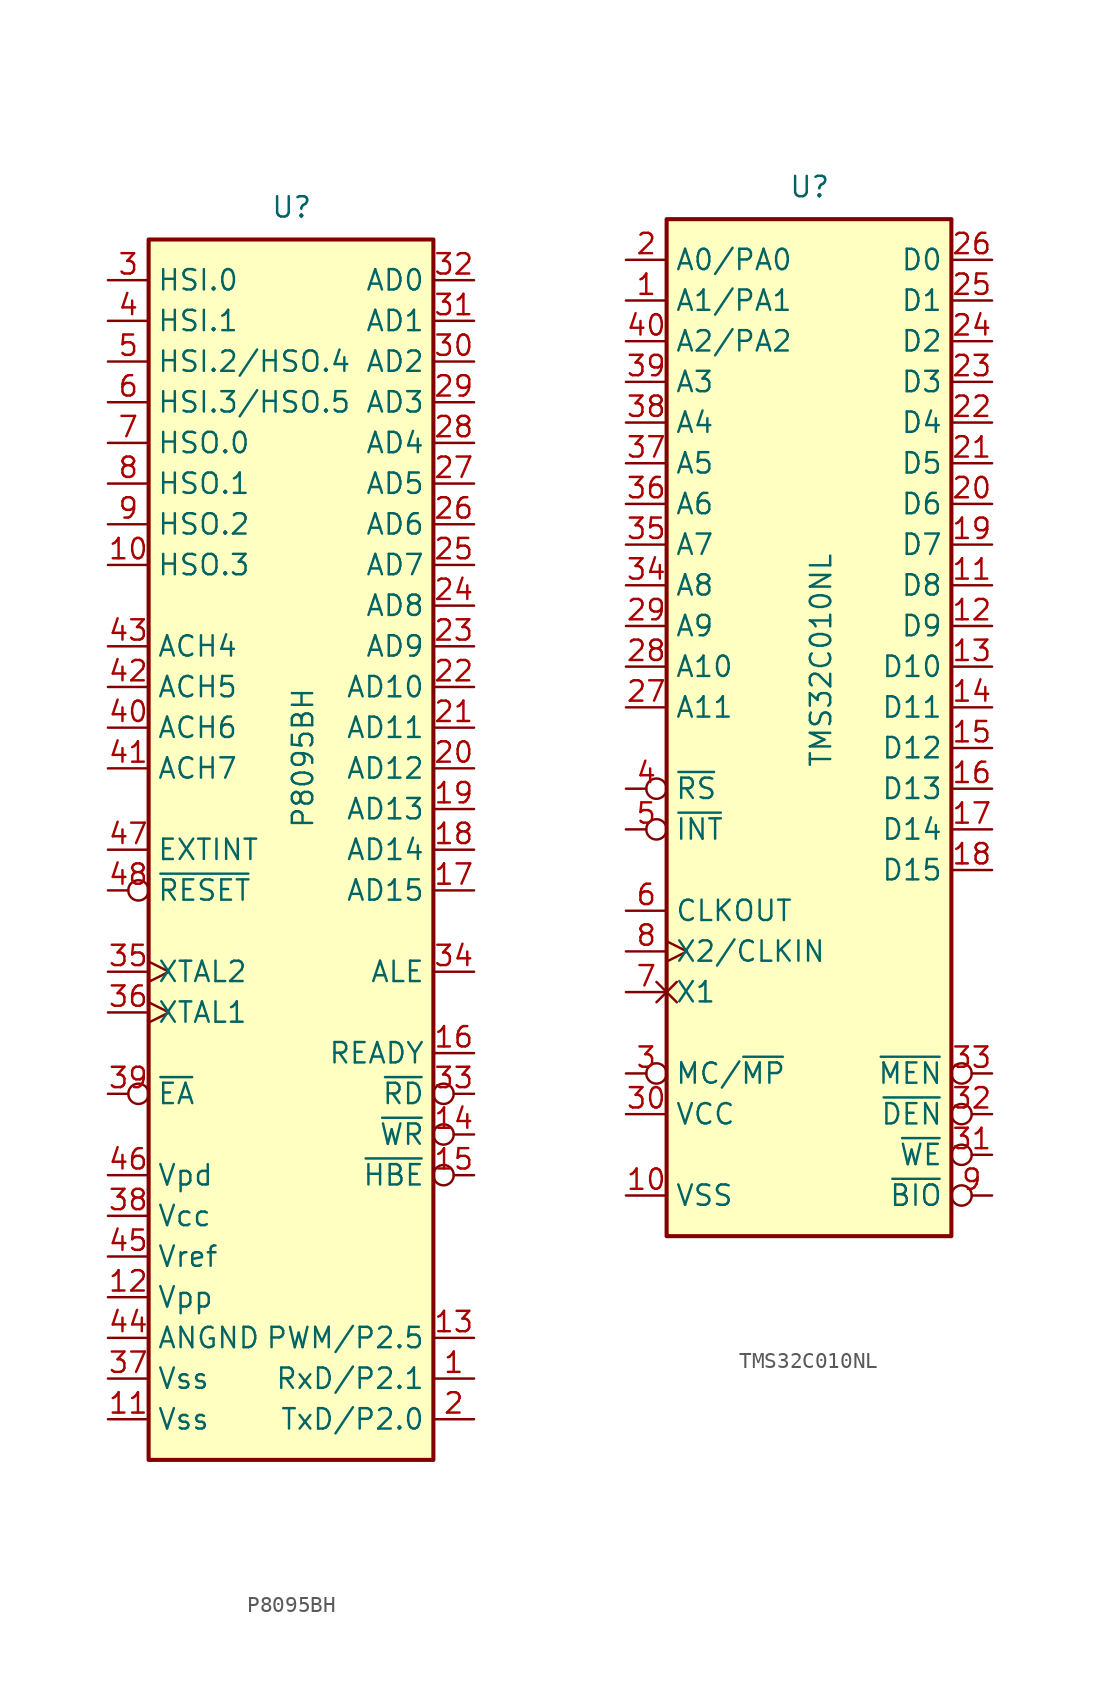
<source format=kicad_sym>
(kicad_symbol_lib
  (version 20231120)
  (generator "kicad_symbol_editor")
  (generator_version "8.0")
  (symbol "P8095BH"
    (property "Reference" "U"
      (at -1.27 39.37 0)
      (effects (font (size 1.27 1.27)) (justify left bottom)))
    (property "Value" "P8095BH"
      (at 0 1.27 90)
      (effects (font (size 1.27 1.27)) (justify left top)))
    (symbol "P8095BH_0_0"
      (pin input line (at -11.43 35.56 0) (length 2.54) (name "HSI.0" (effects (font (size 1.27 1.27)))) (number "3" (effects (font (size 1.27 1.27)))))
      (pin power_in line (at -11.43 -33.02 0) (length 2.54) (name "Vss" (effects (font (size 1.27 1.27)))) (number "37" (effects (font (size 1.27 1.27)))))
      (pin input inverted (at -11.43 -15.24 0) (length 2.54) (name "~{EA}" (effects (font (size 1.27 1.27)))) (number "39" (effects (font (size 1.27 1.27)))))
      (pin input line (at -11.43 33.02 0) (length 2.54) (name "HSI.1" (effects (font (size 1.27 1.27)))) (number "4" (effects (font (size 1.27 1.27)))))
      (pin bidirectional line (at -11.43 7.62 0) (length 2.54) (name "ACH6" (effects (font (size 1.27 1.27)))) (number "40" (effects (font (size 1.27 1.27)))))
      (pin bidirectional line (at -11.43 5.08 0) (length 2.54) (name "ACH7" (effects (font (size 1.27 1.27)))) (number "41" (effects (font (size 1.27 1.27)))))
      (pin input line (at -11.43 -25.4 0) (length 2.54) (name "Vref" (effects (font (size 1.27 1.27)))) (number "45" (effects (font (size 1.27 1.27)))))
      (pin bidirectional line (at -11.43 30.48 0) (length 2.54) (name "HSI.2/HSO.4" (effects (font (size 1.27 1.27)))) (number "5" (effects (font (size 1.27 1.27)))))
      (pin bidirectional line (at -11.43 27.94 0) (length 2.54) (name "HSI.3/HSO.5" (effects (font (size 1.27 1.27)))) (number "6" (effects (font (size 1.27 1.27))))))
    (symbol "P8095BH_0_1"
      (rectangle (start -8.89 -38.1) (end 8.89 38.1) (stroke (width 0.254) (type default)) (fill (type background))))
    (symbol "P8095BH_1_1"
      (pin input line (at 11.43 -33.02 180) (length 2.54) (name "RxD/P2.1" (effects (font (size 1.27 1.27)))) (number "1" (effects (font (size 1.27 1.27)))))
      (pin output line (at -11.43 17.78 0) (length 2.54) (name "HSO.3" (effects (font (size 1.27 1.27)))) (number "10" (effects (font (size 1.27 1.27)))))
      (pin power_in line (at -11.43 -35.56 0) (length 2.54) (name "Vss" (effects (font (size 1.27 1.27)))) (number "11" (effects (font (size 1.27 1.27)))))
      (pin passive line (at -11.43 -27.94 0) (length 2.54) (name "Vpp" (effects (font (size 1.27 1.27)))) (number "12" (effects (font (size 1.27 1.27)))))
      (pin bidirectional line (at 11.43 -30.48 180) (length 2.54) (name "PWM/P2.5" (effects (font (size 1.27 1.27)))) (number "13" (effects (font (size 1.27 1.27)))))
      (pin output inverted (at 11.43 -17.78 180) (length 2.54) (name "~{WR}" (effects (font (size 1.27 1.27)))) (number "14" (effects (font (size 1.27 1.27)))))
      (pin output inverted (at 11.43 -20.32 180) (length 2.54) (name "~{HBE}" (effects (font (size 1.27 1.27)))) (number "15" (effects (font (size 1.27 1.27)))))
      (pin input line (at 11.43 -12.7 180) (length 2.54) (name "READY" (effects (font (size 1.27 1.27)))) (number "16" (effects (font (size 1.27 1.27)))))
      (pin bidirectional line (at 11.43 -2.54 180) (length 2.54) (name "AD15" (effects (font (size 1.27 1.27)))) (number "17" (effects (font (size 1.27 1.27)))))
      (pin bidirectional line (at 11.43 0 180) (length 2.54) (name "AD14" (effects (font (size 1.27 1.27)))) (number "18" (effects (font (size 1.27 1.27)))))
      (pin bidirectional line (at 11.43 2.54 180) (length 2.54) (name "AD13" (effects (font (size 1.27 1.27)))) (number "19" (effects (font (size 1.27 1.27)))))
      (pin output line (at 11.43 -35.56 180) (length 2.54) (name "TxD/P2.0" (effects (font (size 1.27 1.27)))) (number "2" (effects (font (size 1.27 1.27)))))
      (pin bidirectional line (at 11.43 5.08 180) (length 2.54) (name "AD12" (effects (font (size 1.27 1.27)))) (number "20" (effects (font (size 1.27 1.27)))))
      (pin bidirectional line (at 11.43 7.62 180) (length 2.54) (name "AD11" (effects (font (size 1.27 1.27)))) (number "21" (effects (font (size 1.27 1.27)))))
      (pin bidirectional line (at 11.43 10.16 180) (length 2.54) (name "AD10" (effects (font (size 1.27 1.27)))) (number "22" (effects (font (size 1.27 1.27)))))
      (pin bidirectional line (at 11.43 12.7 180) (length 2.54) (name "AD9" (effects (font (size 1.27 1.27)))) (number "23" (effects (font (size 1.27 1.27)))))
      (pin bidirectional line (at 11.43 15.24 180) (length 2.54) (name "AD8" (effects (font (size 1.27 1.27)))) (number "24" (effects (font (size 1.27 1.27)))))
      (pin bidirectional line (at 11.43 17.78 180) (length 2.54) (name "AD7" (effects (font (size 1.27 1.27)))) (number "25" (effects (font (size 1.27 1.27)))))
      (pin bidirectional line (at 11.43 20.32 180) (length 2.54) (name "AD6" (effects (font (size 1.27 1.27)))) (number "26" (effects (font (size 1.27 1.27)))))
      (pin bidirectional line (at 11.43 22.86 180) (length 2.54) (name "AD5" (effects (font (size 1.27 1.27)))) (number "27" (effects (font (size 1.27 1.27)))))
      (pin bidirectional line (at 11.43 25.4 180) (length 2.54) (name "AD4" (effects (font (size 1.27 1.27)))) (number "28" (effects (font (size 1.27 1.27)))))
      (pin bidirectional line (at 11.43 27.94 180) (length 2.54) (name "AD3" (effects (font (size 1.27 1.27)))) (number "29" (effects (font (size 1.27 1.27)))))
      (pin bidirectional line (at 11.43 30.48 180) (length 2.54) (name "AD2" (effects (font (size 1.27 1.27)))) (number "30" (effects (font (size 1.27 1.27)))))
      (pin bidirectional line (at 11.43 33.02 180) (length 2.54) (name "AD1" (effects (font (size 1.27 1.27)))) (number "31" (effects (font (size 1.27 1.27)))))
      (pin bidirectional line (at 11.43 35.56 180) (length 2.54) (name "AD0" (effects (font (size 1.27 1.27)))) (number "32" (effects (font (size 1.27 1.27)))))
      (pin output inverted (at 11.43 -15.24 180) (length 2.54) (name "~{RD}" (effects (font (size 1.27 1.27)))) (number "33" (effects (font (size 1.27 1.27)))))
      (pin output line (at 11.43 -7.62 180) (length 2.54) (name "ALE" (effects (font (size 1.27 1.27)))) (number "34" (effects (font (size 1.27 1.27)))))
      (pin output clock (at -11.43 -7.62 0) (length 2.54) (name "XTAL2" (effects (font (size 1.27 1.27)))) (number "35" (effects (font (size 1.27 1.27)))))
      (pin input clock (at -11.43 -10.16 0) (length 2.54) (name "XTAL1" (effects (font (size 1.27 1.27)))) (number "36" (effects (font (size 1.27 1.27)))))
      (pin power_in line (at -11.43 -22.86 0) (length 2.54) (name "Vcc" (effects (font (size 1.27 1.27)))) (number "38" (effects (font (size 1.27 1.27)))))
      (pin bidirectional line (at -11.43 10.16 0) (length 2.54) (name "ACH5" (effects (font (size 1.27 1.27)))) (number "42" (effects (font (size 1.27 1.27)))))
      (pin bidirectional line (at -11.43 12.7 0) (length 2.54) (name "ACH4" (effects (font (size 1.27 1.27)))) (number "43" (effects (font (size 1.27 1.27)))))
      (pin power_in line (at -11.43 -30.48 0) (length 2.54) (name "ANGND" (effects (font (size 1.27 1.27)))) (number "44" (effects (font (size 1.27 1.27)))))
      (pin power_in line (at -11.43 -20.32 0) (length 2.54) (name "Vpd" (effects (font (size 1.27 1.27)))) (number "46" (effects (font (size 1.27 1.27)))))
      (pin input line (at -11.43 0 0) (length 2.54) (name "EXTINT" (effects (font (size 1.27 1.27)))) (number "47" (effects (font (size 1.27 1.27)))))
      (pin input inverted (at -11.43 -2.54 0) (length 2.54) (name "~{RESET}" (effects (font (size 1.27 1.27)))) (number "48" (effects (font (size 1.27 1.27)))))
      (pin output line (at -11.43 25.4 0) (length 2.54) (name "HSO.0" (effects (font (size 1.27 1.27)))) (number "7" (effects (font (size 1.27 1.27)))))
      (pin output line (at -11.43 22.86 0) (length 2.54) (name "HSO.1" (effects (font (size 1.27 1.27)))) (number "8" (effects (font (size 1.27 1.27)))))
      (pin output line (at -11.43 20.32 0) (length 2.54) (name "HSO.2" (effects (font (size 1.27 1.27)))) (number "9" (effects (font (size 1.27 1.27)))))))
  (symbol "TMS32C010NL"
    (property "Reference" "U"
      (at -1.27 31.75 0)
      (effects (font (size 1.27 1.27)) (justify left bottom)))
    (property "Value" "TMS32C010NL"
      (at 0 -3.81 90)
      (effects (font (size 1.27 1.27)) (justify left top)))
    (symbol "TMS32C010NL_0_1"
      (rectangle (start -8.89 -33.02) (end 8.89 30.48) (stroke (width 0.254) (type default)) (fill (type background))))
    (symbol "TMS32C010NL_1_0"
      (pin bidirectional line (at 11.43 10.16 180) (length 2.54) (name "D7" (effects (font (size 1.27 1.27)))) (number "19" (effects (font (size 1.27 1.27))))))
    (symbol "TMS32C010NL_1_1"
      (pin output line (at -11.43 25.4 0) (length 2.54) (name "A1/PA1" (effects (font (size 1.27 1.27)))) (number "1" (effects (font (size 1.27 1.27)))))
      (pin power_in line (at -11.43 -30.48 0) (length 2.54) (name "VSS" (effects (font (size 1.27 1.27)))) (number "10" (effects (font (size 1.27 1.27)))))
      (pin bidirectional line (at 11.43 7.62 180) (length 2.54) (name "D8" (effects (font (size 1.27 1.27)))) (number "11" (effects (font (size 1.27 1.27)))))
      (pin bidirectional line (at 11.43 5.08 180) (length 2.54) (name "D9" (effects (font (size 1.27 1.27)))) (number "12" (effects (font (size 1.27 1.27)))))
      (pin bidirectional line (at 11.43 2.54 180) (length 2.54) (name "D10" (effects (font (size 1.27 1.27)))) (number "13" (effects (font (size 1.27 1.27)))))
      (pin bidirectional line (at 11.43 0 180) (length 2.54) (name "D11" (effects (font (size 1.27 1.27)))) (number "14" (effects (font (size 1.27 1.27)))))
      (pin bidirectional line (at 11.43 -2.54 180) (length 2.54) (name "D12" (effects (font (size 1.27 1.27)))) (number "15" (effects (font (size 1.27 1.27)))))
      (pin bidirectional line (at 11.43 -5.08 180) (length 2.54) (name "D13" (effects (font (size 1.27 1.27)))) (number "16" (effects (font (size 1.27 1.27)))))
      (pin bidirectional line (at 11.43 -7.62 180) (length 2.54) (name "D14" (effects (font (size 1.27 1.27)))) (number "17" (effects (font (size 1.27 1.27)))))
      (pin bidirectional line (at 11.43 -10.16 180) (length 2.54) (name "D15" (effects (font (size 1.27 1.27)))) (number "18" (effects (font (size 1.27 1.27)))))
      (pin output line (at -11.43 27.94 0) (length 2.54) (name "A0/PA0" (effects (font (size 1.27 1.27)))) (number "2" (effects (font (size 1.27 1.27)))))
      (pin bidirectional line (at 11.43 12.7 180) (length 2.54) (name "D6" (effects (font (size 1.27 1.27)))) (number "20" (effects (font (size 1.27 1.27)))))
      (pin bidirectional line (at 11.43 15.24 180) (length 2.54) (name "D5" (effects (font (size 1.27 1.27)))) (number "21" (effects (font (size 1.27 1.27)))))
      (pin bidirectional line (at 11.43 17.78 180) (length 2.54) (name "D4" (effects (font (size 1.27 1.27)))) (number "22" (effects (font (size 1.27 1.27)))))
      (pin bidirectional line (at 11.43 20.32 180) (length 2.54) (name "D3" (effects (font (size 1.27 1.27)))) (number "23" (effects (font (size 1.27 1.27)))))
      (pin bidirectional line (at 11.43 22.86 180) (length 2.54) (name "D2" (effects (font (size 1.27 1.27)))) (number "24" (effects (font (size 1.27 1.27)))))
      (pin bidirectional line (at 11.43 25.4 180) (length 2.54) (name "D1" (effects (font (size 1.27 1.27)))) (number "25" (effects (font (size 1.27 1.27)))))
      (pin bidirectional line (at 11.43 27.94 180) (length 2.54) (name "D0" (effects (font (size 1.27 1.27)))) (number "26" (effects (font (size 1.27 1.27)))))
      (pin output line (at -11.43 0 0) (length 2.54) (name "A11" (effects (font (size 1.27 1.27)))) (number "27" (effects (font (size 1.27 1.27)))))
      (pin output line (at -11.43 2.54 0) (length 2.54) (name "A10" (effects (font (size 1.27 1.27)))) (number "28" (effects (font (size 1.27 1.27)))))
      (pin output line (at -11.43 5.08 0) (length 2.54) (name "A9" (effects (font (size 1.27 1.27)))) (number "29" (effects (font (size 1.27 1.27)))))
      (pin input inverted (at -11.43 -22.86 0) (length 2.54) (name "MC/~{MP}" (effects (font (size 1.27 1.27)))) (number "3" (effects (font (size 1.27 1.27)))))
      (pin power_in line (at -11.43 -25.4 0) (length 2.54) (name "VCC" (effects (font (size 1.27 1.27)))) (number "30" (effects (font (size 1.27 1.27)))))
      (pin bidirectional inverted (at 11.43 -27.94 180) (length 2.54) (name "~{WE}" (effects (font (size 1.27 1.27)))) (number "31" (effects (font (size 1.27 1.27)))))
      (pin output inverted (at 11.43 -25.4 180) (length 2.54) (name "~{DEN}" (effects (font (size 1.27 1.27)))) (number "32" (effects (font (size 1.27 1.27)))))
      (pin output inverted (at 11.43 -22.86 180) (length 2.54) (name "~{MEN}" (effects (font (size 1.27 1.27)))) (number "33" (effects (font (size 1.27 1.27)))))
      (pin output line (at -11.43 7.62 0) (length 2.54) (name "A8" (effects (font (size 1.27 1.27)))) (number "34" (effects (font (size 1.27 1.27)))))
      (pin output line (at -11.43 10.16 0) (length 2.54) (name "A7" (effects (font (size 1.27 1.27)))) (number "35" (effects (font (size 1.27 1.27)))))
      (pin output line (at -11.43 12.7 0) (length 2.54) (name "A6" (effects (font (size 1.27 1.27)))) (number "36" (effects (font (size 1.27 1.27)))))
      (pin output line (at -11.43 15.24 0) (length 2.54) (name "A5" (effects (font (size 1.27 1.27)))) (number "37" (effects (font (size 1.27 1.27)))))
      (pin output line (at -11.43 17.78 0) (length 2.54) (name "A4" (effects (font (size 1.27 1.27)))) (number "38" (effects (font (size 1.27 1.27)))))
      (pin output line (at -11.43 20.32 0) (length 2.54) (name "A3" (effects (font (size 1.27 1.27)))) (number "39" (effects (font (size 1.27 1.27)))))
      (pin input inverted (at -11.43 -5.08 0) (length 2.54) (name "~{RS}" (effects (font (size 1.27 1.27)))) (number "4" (effects (font (size 1.27 1.27)))))
      (pin output line (at -11.43 22.86 0) (length 2.54) (name "A2/PA2" (effects (font (size 1.27 1.27)))) (number "40" (effects (font (size 1.27 1.27)))))
      (pin input inverted (at -11.43 -7.62 0) (length 2.54) (name "~{INT}" (effects (font (size 1.27 1.27)))) (number "5" (effects (font (size 1.27 1.27)))))
      (pin output line (at -11.43 -12.7 0) (length 2.54) (name "CLKOUT" (effects (font (size 1.27 1.27)))) (number "6" (effects (font (size 1.27 1.27)))))
      (pin passive non_logic (at -11.43 -17.78 0) (length 2.54) (name "X1" (effects (font (size 1.27 1.27)))) (number "7" (effects (font (size 1.27 1.27)))))
      (pin input clock (at -11.43 -15.24 0) (length 2.54) (name "X2/CLKIN" (effects (font (size 1.27 1.27)))) (number "8" (effects (font (size 1.27 1.27)))))
      (pin input inverted (at 11.43 -30.48 180) (length 2.54) (name "~{BIO}" (effects (font (size 1.27 1.27)))) (number "9" (effects (font (size 1.27 1.27))))))))
</source>
